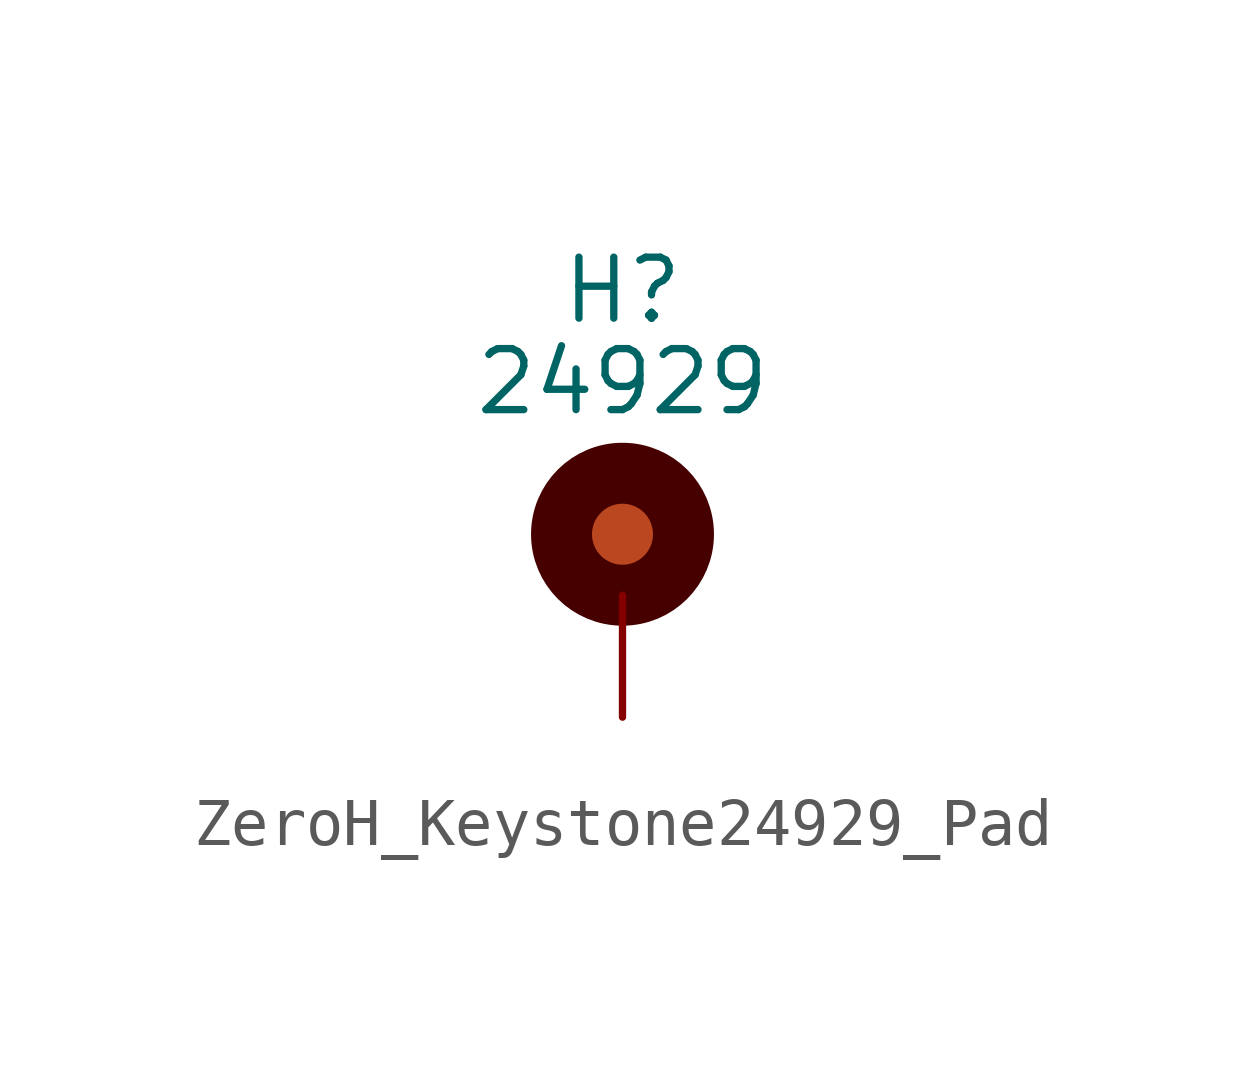
<source format=kicad_sym>
(kicad_symbol_lib
  (version 20231120)
  (generator "kicad_symbol_editor")
  (generator_version "8.0")
  (symbol "ZeroH_Keystone24929_Pad"
    (pin_numbers hide)
    (pin_names
      (offset 1.016) hide)
    (property "Reference" "H"
      (at 0 6.35 0)
      (effects (font (size 1.27 1.27))))
    (property "Value" "24929"
      (at 0 4.445 0)
      (effects (font (size 1.27 1.27))))
    (symbol "ZeroH_Keystone24929_Pad_1_1"
      (circle (center 0 1.27) (radius 1.27) (stroke (width 1.27) (type default) (color 70 0 0 1)) (fill (type color) (color 187 71 32 1)))
      (pin input line (at 0 -2.54 90) (length 2.54) (name "1" (effects (font (size 1.27 1.27)))) (number "1" (effects (font (size 1.27 1.27))))))))
</source>
